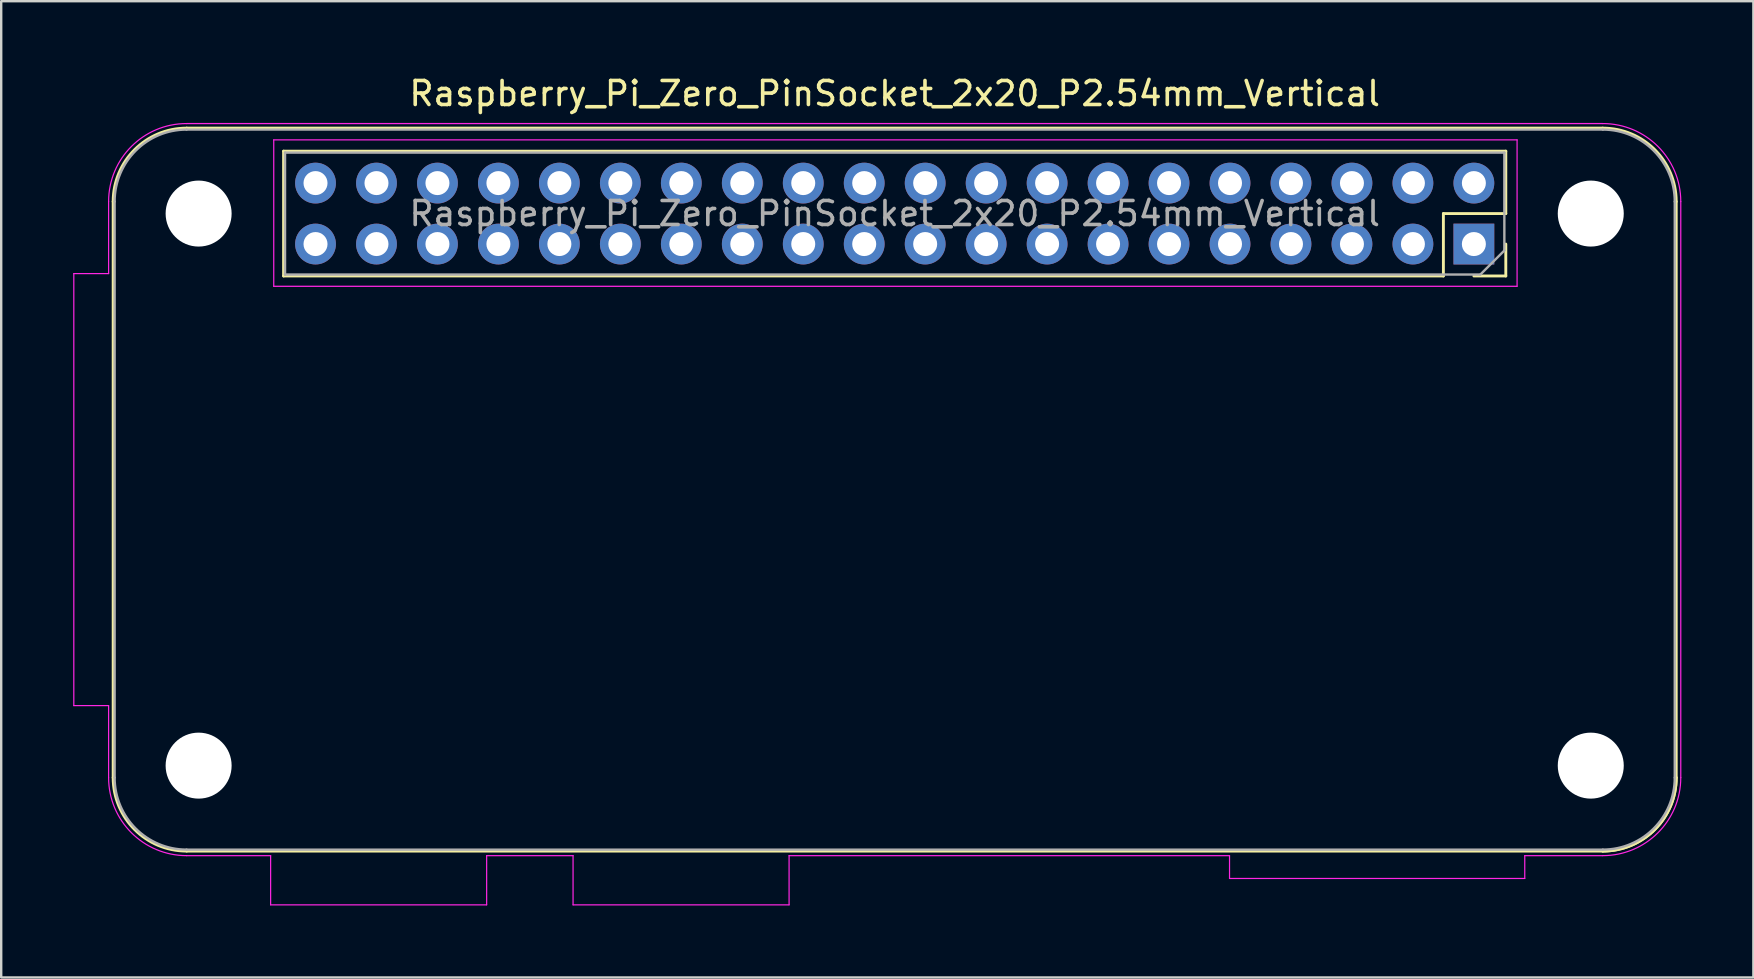
<source format=kicad_pcb>
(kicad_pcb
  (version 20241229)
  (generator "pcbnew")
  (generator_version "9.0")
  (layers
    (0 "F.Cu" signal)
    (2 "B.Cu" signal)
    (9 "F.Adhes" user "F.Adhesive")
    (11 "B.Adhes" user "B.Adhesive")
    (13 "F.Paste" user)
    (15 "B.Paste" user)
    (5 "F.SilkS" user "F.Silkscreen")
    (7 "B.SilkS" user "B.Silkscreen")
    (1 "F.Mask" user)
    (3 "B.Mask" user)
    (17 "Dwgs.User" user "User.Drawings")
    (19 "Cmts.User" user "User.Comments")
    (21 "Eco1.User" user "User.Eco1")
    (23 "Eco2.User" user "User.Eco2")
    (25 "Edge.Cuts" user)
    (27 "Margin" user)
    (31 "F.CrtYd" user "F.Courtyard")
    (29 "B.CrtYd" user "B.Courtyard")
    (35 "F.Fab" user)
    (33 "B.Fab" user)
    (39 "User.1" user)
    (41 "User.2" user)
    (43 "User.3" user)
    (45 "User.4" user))
  (footprint "Raspberry_Pi_Zero_PinSocket_2x20_P2.54mm_Vertical"
    (layer "F.Cu")
    (at 58.355 7.118)
    (property "Reference" "Raspberry_Pi_Zero_PinSocket_2x20_P2.54mm_Vertical" (at -24.13 -6.27 0) (layer "F.SilkS") (effects (font (size 1 1) (thickness 0.15))))
    (attr through_hole)
    (fp_line (start -56.69 -1.77) (end -56.69 22.23) (stroke (width 0.12) (type solid)) (layer "F.SilkS"))
    (fp_line (start -53.63 -4.83) (end 5.37 -4.83) (stroke (width 0.12) (type solid)) (layer "F.SilkS"))
    (fp_line (start -53.63 25.29) (end 5.37 25.29) (stroke (width 0.12) (type solid)) (layer "F.SilkS"))
    (fp_line (start -49.59 -3.87) (end -49.59 1.33) (stroke (width 0.12) (type solid)) (layer "F.SilkS"))
    (fp_line (start -1.27 -1.27) (end -1.27 1.33) (stroke (width 0.12) (type solid)) (layer "F.SilkS"))
    (fp_line (start -1.27 1.33) (end -49.59 1.33) (stroke (width 0.12) (type solid)) (layer "F.SilkS"))
    (fp_line (start 1.33 -3.87) (end -49.59 -3.87) (stroke (width 0.12) (type solid)) (layer "F.SilkS"))
    (fp_line (start 1.33 -3.87) (end 1.33 -1.27) (stroke (width 0.12) (type solid)) (layer "F.SilkS"))
    (fp_line (start 1.33 -1.27) (end -1.27 -1.27) (stroke (width 0.12) (type solid)) (layer "F.SilkS"))
    (fp_line (start 1.33 0) (end 1.33 1.33) (stroke (width 0.12) (type solid)) (layer "F.SilkS"))
    (fp_line (start 1.33 1.33) (end 0 1.33) (stroke (width 0.12) (type solid)) (layer "F.SilkS"))
    (fp_line (start 8.43 -1.77) (end 8.43 22.23) (stroke (width 0.12) (type solid)) (layer "F.SilkS"))
    (fp_arc (start -56.69 -1.77) (mid -55.793747 -3.933747) (end -53.63 -4.83) (stroke (width 0.12) (type solid)) (layer "F.SilkS"))
    (fp_arc (start -53.63 25.29) (mid -55.793747 24.393747) (end -56.69 22.23) (stroke (width 0.12) (type solid)) (layer "F.SilkS"))
    (fp_arc (start 5.37 -4.83) (mid 7.533747 -3.933747) (end 8.43 -1.77) (stroke (width 0.12) (type solid)) (layer "F.SilkS"))
    (fp_arc (start 8.43 22.23) (mid 7.533747 24.393747) (end 5.37 25.29) (stroke (width 0.12) (type solid)) (layer "F.SilkS"))
    (fp_arc (start 8.43 22.23) (mid 7.533747 24.393747) (end 5.37 25.29) (stroke (width 0.12) (type solid)) (layer "F.SilkS"))
    (fp_line (start -58.33 1.23) (end -56.88 1.23) (stroke (width 0.05) (type solid)) (layer "F.CrtYd"))
    (fp_line (start -58.33 19.23) (end -58.33 1.23) (stroke (width 0.05) (type solid)) (layer "F.CrtYd"))
    (fp_line (start -58.33 19.23) (end -56.88 19.23) (stroke (width 0.05) (type solid)) (layer "F.CrtYd"))
    (fp_line (start -56.88 -1.77) (end -56.88 1.23) (stroke (width 0.05) (type solid)) (layer "F.CrtYd"))
    (fp_line (start -56.88 19.23) (end -56.88 22.23) (stroke (width 0.05) (type solid)) (layer "F.CrtYd"))
    (fp_line (start -53.63 -5.02) (end 5.37 -5.02) (stroke (width 0.05) (type solid)) (layer "F.CrtYd"))
    (fp_line (start -50.13 25.48) (end -53.63 25.48) (stroke (width 0.05) (type solid)) (layer "F.CrtYd"))
    (fp_line (start -50.13 27.53) (end -50.13 25.48) (stroke (width 0.05) (type solid)) (layer "F.CrtYd"))
    (fp_line (start -50.13 27.53) (end -41.13 27.53) (stroke (width 0.05) (type solid)) (layer "F.CrtYd"))
    (fp_line (start -50 -4.34) (end 1.8 -4.34) (stroke (width 0.05) (type solid)) (layer "F.CrtYd"))
    (fp_line (start -50 1.76) (end -50 -4.34) (stroke (width 0.05) (type solid)) (layer "F.CrtYd"))
    (fp_line (start -41.13 27.53) (end -41.13 25.48) (stroke (width 0.05) (type solid)) (layer "F.CrtYd"))
    (fp_line (start -37.53 25.48) (end -41.13 25.48) (stroke (width 0.05) (type solid)) (layer "F.CrtYd"))
    (fp_line (start -37.53 27.53) (end -37.53 25.48) (stroke (width 0.05) (type solid)) (layer "F.CrtYd"))
    (fp_line (start -37.53 27.53) (end -28.53 27.53) (stroke (width 0.05) (type solid)) (layer "F.CrtYd"))
    (fp_line (start -28.53 25.48) (end -10.18 25.48) (stroke (width 0.05) (type solid)) (layer "F.CrtYd"))
    (fp_line (start -28.53 27.53) (end -28.53 25.48) (stroke (width 0.05) (type solid)) (layer "F.CrtYd"))
    (fp_line (start -10.18 26.43) (end -10.18 25.48) (stroke (width 0.05) (type solid)) (layer "F.CrtYd"))
    (fp_line (start 1.8 -4.34) (end 1.8 1.76) (stroke (width 0.05) (type solid)) (layer "F.CrtYd"))
    (fp_line (start 1.8 1.76) (end -50 1.76) (stroke (width 0.05) (type solid)) (layer "F.CrtYd"))
    (fp_line (start 2.12 25.48) (end 5.37 25.48) (stroke (width 0.05) (type solid)) (layer "F.CrtYd"))
    (fp_line (start 2.12 26.43) (end -10.18 26.43) (stroke (width 0.05) (type solid)) (layer "F.CrtYd"))
    (fp_line (start 2.12 26.43) (end 2.12 25.48) (stroke (width 0.05) (type solid)) (layer "F.CrtYd"))
    (fp_line (start 8.62 -1.77) (end 8.62 22.23) (stroke (width 0.05) (type solid)) (layer "F.CrtYd"))
    (fp_arc (start -56.88 -1.77) (mid -55.928097 -4.068097) (end -53.63 -5.02) (stroke (width 0.05) (type solid)) (layer "F.CrtYd"))
    (fp_arc (start -53.63 25.48) (mid -55.928097 24.528097) (end -56.88 22.23) (stroke (width 0.05) (type solid)) (layer "F.CrtYd"))
    (fp_arc (start 5.37 -5.02) (mid 7.668097 -4.068097) (end 8.62 -1.77) (stroke (width 0.05) (type solid)) (layer "F.CrtYd"))
    (fp_arc (start 8.62 22.23) (mid 7.668097 24.528097) (end 5.37 25.48) (stroke (width 0.05) (type solid)) (layer "F.CrtYd"))
    (fp_line (start -56.63 -1.77) (end -56.63 22.23) (stroke (width 0.1) (type solid)) (layer "F.Fab"))
    (fp_line (start -53.63 -4.77) (end 5.37 -4.77) (stroke (width 0.1) (type solid)) (layer "F.Fab"))
    (fp_line (start -53.63 25.23) (end 5.37 25.23) (stroke (width 0.1) (type solid)) (layer "F.Fab"))
    (fp_line (start -49.53 -3.81) (end 1.27 -3.81) (stroke (width 0.1) (type solid)) (layer "F.Fab"))
    (fp_line (start -49.53 1.27) (end -49.53 -3.81) (stroke (width 0.1) (type solid)) (layer "F.Fab"))
    (fp_line (start 0.27 1.27) (end -49.53 1.27) (stroke (width 0.1) (type solid)) (layer "F.Fab"))
    (fp_line (start 1.27 -3.81) (end 1.27 0.27) (stroke (width 0.1) (type solid)) (layer "F.Fab"))
    (fp_line (start 1.27 0.27) (end 0.27 1.27) (stroke (width 0.1) (type solid)) (layer "F.Fab"))
    (fp_line (start 8.37 -1.77) (end 8.37 22.23) (stroke (width 0.1) (type solid)) (layer "F.Fab"))
    (fp_arc (start -56.63 -1.77) (mid -55.75132 -3.89132) (end -53.63 -4.77) (stroke (width 0.1) (type solid)) (layer "F.Fab"))
    (fp_arc (start -53.63 25.23) (mid -55.75132 24.35132) (end -56.63 22.23) (stroke (width 0.1) (type solid)) (layer "F.Fab"))
    (fp_arc (start 5.37 -4.77) (mid 7.49132 -3.89132) (end 8.37 -1.77) (stroke (width 0.1) (type solid)) (layer "F.Fab"))
    (fp_arc (start 8.37 22.23) (mid 7.49132 24.35132) (end 5.37 25.23) (stroke (width 0.1) (type solid)) (layer "F.Fab"))
    (fp_text user "${REFERENCE}" (at -24.13 -1.27 0) (layer "F.Fab") (effects (font (size 1 1) (thickness 0.15))))
    (pad "" np_thru_hole circle (at -53.13 -1.27) (size 2.75 2.75) (drill 2.75) (layers "*.Cu" "*.Mask"))
    (pad "" np_thru_hole circle (at -53.13 21.73) (size 2.75 2.75) (drill 2.75) (layers "*.Cu" "*.Mask"))
    (pad "" np_thru_hole circle (at 4.87 -1.27) (size 2.75 2.75) (drill 2.75) (layers "*.Cu" "*.Mask"))
    (pad "" np_thru_hole circle (at 4.87 21.73) (size 2.75 2.75) (drill 2.75) (layers "*.Cu" "*.Mask"))
    (pad "1" thru_hole rect (at 0 0 270) (size 1.7 1.7) (drill 1) (layers "*.Cu" "*.Mask"))
    (pad "2" thru_hole oval (at 0 -2.54 270) (size 1.7 1.7) (drill 1) (layers "*.Cu" "*.Mask"))
    (pad "3" thru_hole oval (at -2.54 0 270) (size 1.7 1.7) (drill 1) (layers "*.Cu" "*.Mask"))
    (pad "4" thru_hole oval (at -2.54 -2.54 270) (size 1.7 1.7) (drill 1) (layers "*.Cu" "*.Mask"))
    (pad "5" thru_hole oval (at -5.08 0 270) (size 1.7 1.7) (drill 1) (layers "*.Cu" "*.Mask"))
    (pad "6" thru_hole oval (at -5.08 -2.54 270) (size 1.7 1.7) (drill 1) (layers "*.Cu" "*.Mask"))
    (pad "7" thru_hole oval (at -7.62 0 270) (size 1.7 1.7) (drill 1) (layers "*.Cu" "*.Mask"))
    (pad "8" thru_hole oval (at -7.62 -2.54 270) (size 1.7 1.7) (drill 1) (layers "*.Cu" "*.Mask"))
    (pad "9" thru_hole oval (at -10.16 0 270) (size 1.7 1.7) (drill 1) (layers "*.Cu" "*.Mask"))
    (pad "10" thru_hole oval (at -10.16 -2.54 270) (size 1.7 1.7) (drill 1) (layers "*.Cu" "*.Mask"))
    (pad "11" thru_hole oval (at -12.7 0 270) (size 1.7 1.7) (drill 1) (layers "*.Cu" "*.Mask"))
    (pad "12" thru_hole oval (at -12.7 -2.54 270) (size 1.7 1.7) (drill 1) (layers "*.Cu" "*.Mask"))
    (pad "13" thru_hole oval (at -15.24 0 270) (size 1.7 1.7) (drill 1) (layers "*.Cu" "*.Mask"))
    (pad "14" thru_hole oval (at -15.24 -2.54 270) (size 1.7 1.7) (drill 1) (layers "*.Cu" "*.Mask"))
    (pad "15" thru_hole oval (at -17.78 0 270) (size 1.7 1.7) (drill 1) (layers "*.Cu" "*.Mask"))
    (pad "16" thru_hole oval (at -17.78 -2.54 270) (size 1.7 1.7) (drill 1) (layers "*.Cu" "*.Mask"))
    (pad "17" thru_hole oval (at -20.32 0 270) (size 1.7 1.7) (drill 1) (layers "*.Cu" "*.Mask"))
    (pad "18" thru_hole oval (at -20.32 -2.54 270) (size 1.7 1.7) (drill 1) (layers "*.Cu" "*.Mask"))
    (pad "19" thru_hole oval (at -22.86 0 270) (size 1.7 1.7) (drill 1) (layers "*.Cu" "*.Mask"))
    (pad "20" thru_hole oval (at -22.86 -2.54 270) (size 1.7 1.7) (drill 1) (layers "*.Cu" "*.Mask"))
    (pad "21" thru_hole oval (at -25.4 0 270) (size 1.7 1.7) (drill 1) (layers "*.Cu" "*.Mask"))
    (pad "22" thru_hole oval (at -25.4 -2.54 270) (size 1.7 1.7) (drill 1) (layers "*.Cu" "*.Mask"))
    (pad "23" thru_hole oval (at -27.94 0 270) (size 1.7 1.7) (drill 1) (layers "*.Cu" "*.Mask"))
    (pad "24" thru_hole oval (at -27.94 -2.54 270) (size 1.7 1.7) (drill 1) (layers "*.Cu" "*.Mask"))
    (pad "25" thru_hole oval (at -30.48 0 270) (size 1.7 1.7) (drill 1) (layers "*.Cu" "*.Mask"))
    (pad "26" thru_hole oval (at -30.48 -2.54 270) (size 1.7 1.7) (drill 1) (layers "*.Cu" "*.Mask"))
    (pad "27" thru_hole oval (at -33.02 0 270) (size 1.7 1.7) (drill 1) (layers "*.Cu" "*.Mask"))
    (pad "28" thru_hole oval (at -33.02 -2.54 270) (size 1.7 1.7) (drill 1) (layers "*.Cu" "*.Mask"))
    (pad "29" thru_hole oval (at -35.56 0 270) (size 1.7 1.7) (drill 1) (layers "*.Cu" "*.Mask"))
    (pad "30" thru_hole oval (at -35.56 -2.54 270) (size 1.7 1.7) (drill 1) (layers "*.Cu" "*.Mask"))
    (pad "31" thru_hole oval (at -38.1 0 270) (size 1.7 1.7) (drill 1) (layers "*.Cu" "*.Mask"))
    (pad "32" thru_hole oval (at -38.1 -2.54 270) (size 1.7 1.7) (drill 1) (layers "*.Cu" "*.Mask"))
    (pad "33" thru_hole oval (at -40.64 0 270) (size 1.7 1.7) (drill 1) (layers "*.Cu" "*.Mask"))
    (pad "34" thru_hole oval (at -40.64 -2.54 270) (size 1.7 1.7) (drill 1) (layers "*.Cu" "*.Mask"))
    (pad "35" thru_hole oval (at -43.18 0 270) (size 1.7 1.7) (drill 1) (layers "*.Cu" "*.Mask"))
    (pad "36" thru_hole oval (at -43.18 -2.54 270) (size 1.7 1.7) (drill 1) (layers "*.Cu" "*.Mask"))
    (pad "37" thru_hole oval (at -45.72 0 270) (size 1.7 1.7) (drill 1) (layers "*.Cu" "*.Mask"))
    (pad "38" thru_hole oval (at -45.72 -2.54 270) (size 1.7 1.7) (drill 1) (layers "*.Cu" "*.Mask"))
    (pad "39" thru_hole oval (at -48.26 0 270) (size 1.7 1.7) (drill 1) (layers "*.Cu" "*.Mask"))
    (pad "40" thru_hole oval (at -48.26 -2.54 270) (size 1.7 1.7) (drill 1) (layers "*.Cu" "*.Mask")))
  (gr_rect
    (start -3 -3)
    (end 70 37.673)
    (stroke (width 0.1) (type default))
    (fill no)
    (layer "Edge.Cuts")))
</source>
